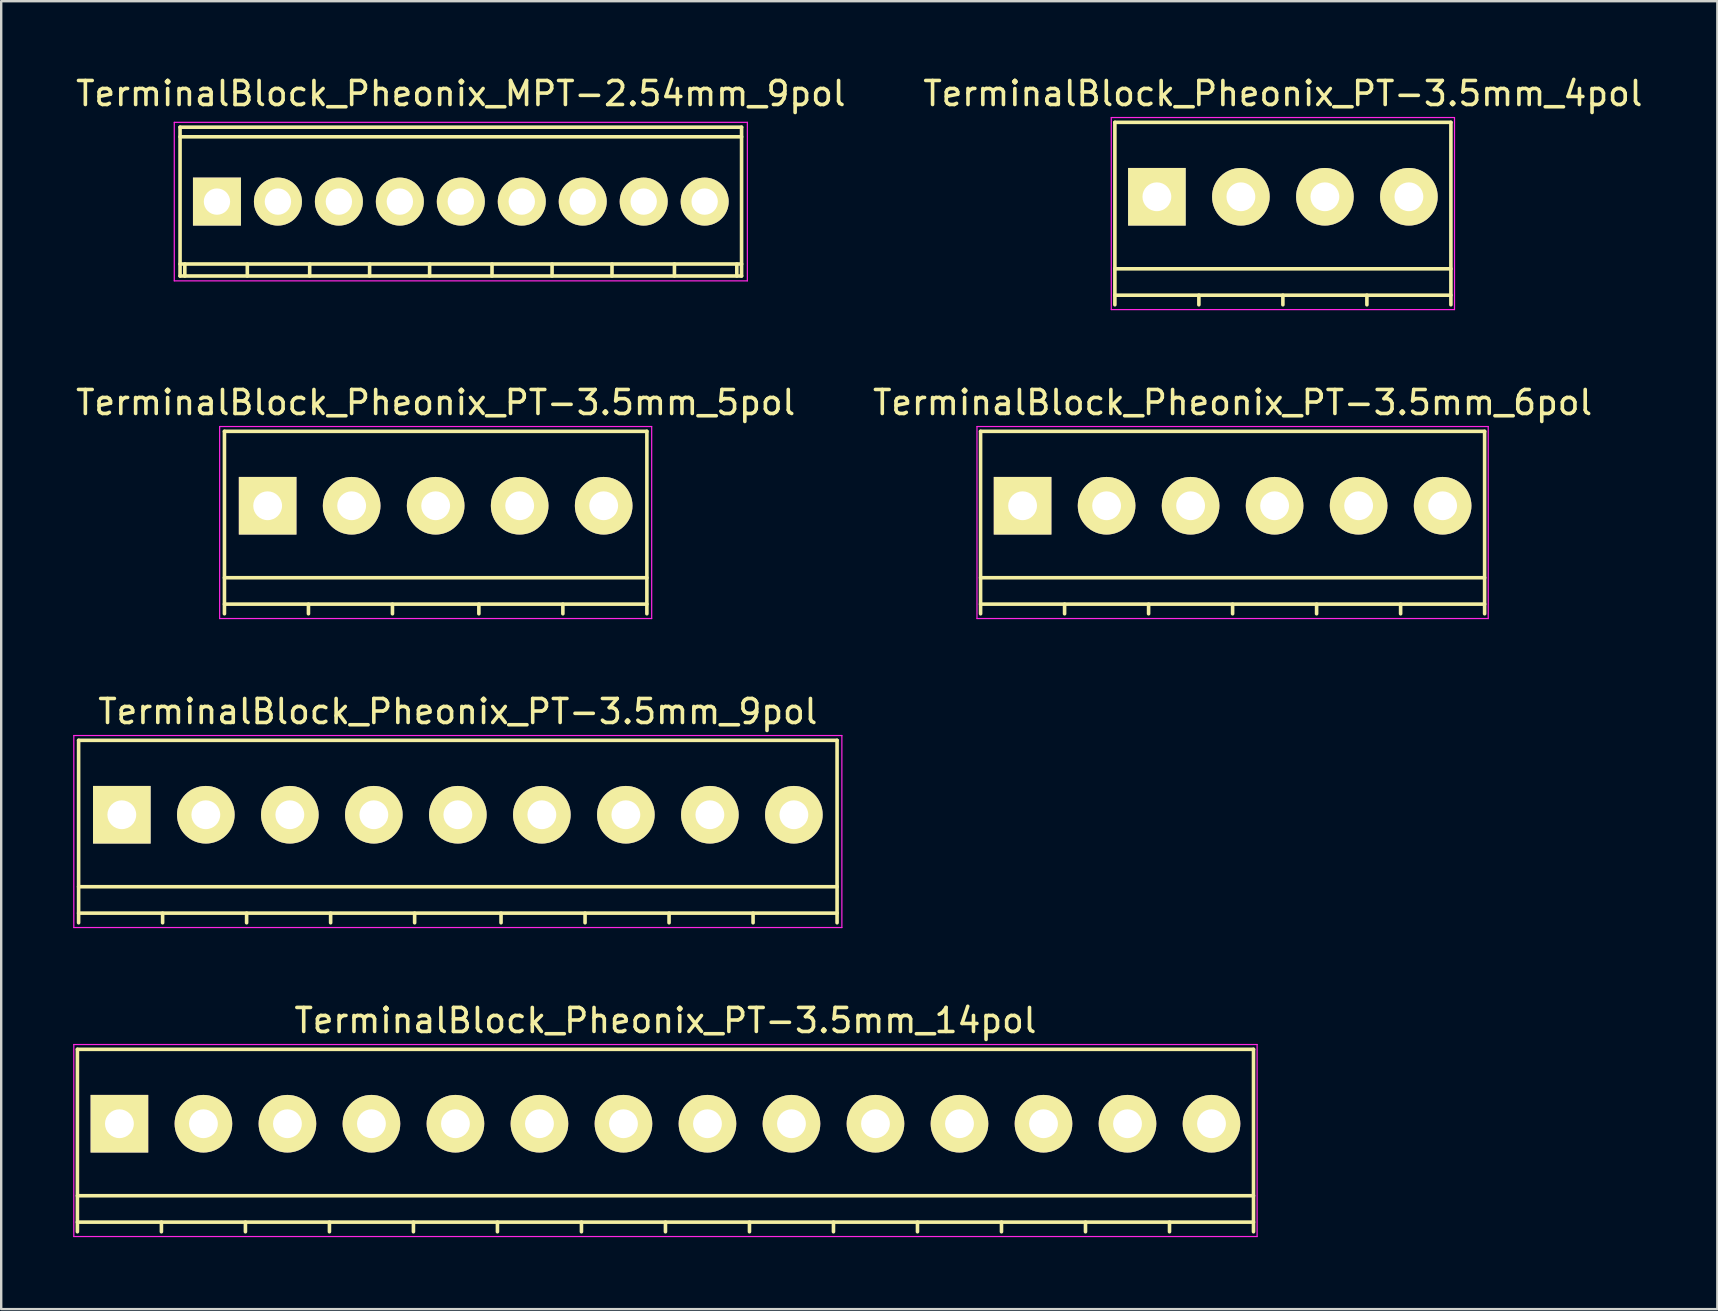
<source format=kicad_pcb>
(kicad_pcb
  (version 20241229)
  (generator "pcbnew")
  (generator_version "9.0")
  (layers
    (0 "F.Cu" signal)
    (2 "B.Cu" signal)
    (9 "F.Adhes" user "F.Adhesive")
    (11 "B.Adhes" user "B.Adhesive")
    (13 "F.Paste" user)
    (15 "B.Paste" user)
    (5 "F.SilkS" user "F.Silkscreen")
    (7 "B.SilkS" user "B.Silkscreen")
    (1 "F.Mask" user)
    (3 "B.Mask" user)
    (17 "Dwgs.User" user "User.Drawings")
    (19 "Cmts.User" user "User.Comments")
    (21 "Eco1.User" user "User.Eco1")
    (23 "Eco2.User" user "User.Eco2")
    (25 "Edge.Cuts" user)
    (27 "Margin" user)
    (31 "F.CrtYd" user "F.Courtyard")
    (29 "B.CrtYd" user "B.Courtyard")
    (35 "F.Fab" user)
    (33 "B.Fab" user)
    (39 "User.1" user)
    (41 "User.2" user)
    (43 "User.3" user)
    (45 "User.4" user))
  (footprint "TerminalBlock_Pheonix_MPT-2.54mm_9pol"
    (layer "F.Cu")
    (at 5.989 5.349)
    (property "Reference" "TerminalBlock_Pheonix_MPT-2.54mm_9pol" (at 10.16 -4.501 0) (layer "F.SilkS") (effects (font (size 1 1) (thickness 0.15))))
    (attr through_hole)
    (fp_line (start -1.539 -2.7) (end 21.859 -2.7) (stroke (width 0.15) (type solid)) (layer "F.SilkS"))
    (fp_line (start -1.539 3.099) (end 21.859 3.099) (stroke (width 0.15) (type solid)) (layer "F.SilkS"))
    (fp_line (start -1.537 -3.099) (end -1.537 3.099) (stroke (width 0.15) (type solid)) (layer "F.SilkS"))
    (fp_line (start -1.339 3.099) (end -1.339 2.601) (stroke (width 0.15) (type solid)) (layer "F.SilkS"))
    (fp_line (start 1.265 3.099) (end 1.265 2.601) (stroke (width 0.15) (type solid)) (layer "F.SilkS"))
    (fp_line (start 3.863 2.601) (end 3.863 3.099) (stroke (width 0.15) (type solid)) (layer "F.SilkS"))
    (fp_line (start 6.36 2.601) (end 6.36 3.099) (stroke (width 0.15) (type solid)) (layer "F.SilkS"))
    (fp_line (start 8.86 2.601) (end 8.86 3.099) (stroke (width 0.15) (type solid)) (layer "F.SilkS"))
    (fp_line (start 11.46 2.601) (end 11.46 3.099) (stroke (width 0.15) (type solid)) (layer "F.SilkS"))
    (fp_line (start 13.962 2.601) (end 13.962 3.099) (stroke (width 0.15) (type solid)) (layer "F.SilkS"))
    (fp_line (start 16.459 2.601) (end 16.459 3.099) (stroke (width 0.15) (type solid)) (layer "F.SilkS"))
    (fp_line (start 19.06 2.601) (end 19.06 3.099) (stroke (width 0.15) (type solid)) (layer "F.SilkS"))
    (fp_line (start 21.659 2.601) (end 21.659 3.099) (stroke (width 0.15) (type solid)) (layer "F.SilkS"))
    (fp_line (start 21.857 3.099) (end 21.857 -3.099) (stroke (width 0.15) (type solid)) (layer "F.SilkS"))
    (fp_line (start 21.859 -3.099) (end -1.539 -3.099) (stroke (width 0.15) (type solid)) (layer "F.SilkS"))
    (fp_line (start 21.859 2.601) (end -1.539 2.601) (stroke (width 0.15) (type solid)) (layer "F.SilkS"))
    (fp_line (start -1.778 -3.302) (end 22.098 -3.302) (stroke (width 0.05) (type solid)) (layer "F.CrtYd"))
    (fp_line (start -1.778 3.302) (end -1.778 -3.302) (stroke (width 0.05) (type solid)) (layer "F.CrtYd"))
    (fp_line (start 22.098 -3.302) (end 22.098 3.302) (stroke (width 0.05) (type solid)) (layer "F.CrtYd"))
    (fp_line (start 22.098 3.302) (end -1.778 3.302) (stroke (width 0.05) (type solid)) (layer "F.CrtYd"))
    (pad "1" thru_hole rect (at 0 0 180) (size 1.999 1.999) (drill 1.097) (layers "*.Cu" "*.Mask" "F.SilkS"))
    (pad "2" thru_hole oval (at 2.54 0 180) (size 1.999 1.999) (drill 1.097) (layers "*.Cu" "*.Mask" "F.SilkS"))
    (pad "3" thru_hole oval (at 5.08 0 180) (size 1.999 1.999) (drill 1.097) (layers "*.Cu" "*.Mask" "F.SilkS"))
    (pad "4" thru_hole oval (at 7.62 0 180) (size 1.999 1.999) (drill 1.097) (layers "*.Cu" "*.Mask" "F.SilkS"))
    (pad "5" thru_hole oval (at 10.16 0 180) (size 1.999 1.999) (drill 1.097) (layers "*.Cu" "*.Mask" "F.SilkS"))
    (pad "6" thru_hole oval (at 12.7 0 180) (size 1.999 1.999) (drill 1.097) (layers "*.Cu" "*.Mask" "F.SilkS"))
    (pad "7" thru_hole oval (at 15.24 0 180) (size 1.999 1.999) (drill 1.097) (layers "*.Cu" "*.Mask" "F.SilkS"))
    (pad "8" thru_hole oval (at 17.78 0 180) (size 1.999 1.999) (drill 1.097) (layers "*.Cu" "*.Mask" "F.SilkS"))
    (pad "9" thru_hole oval (at 20.32 0 180) (size 1.999 1.999) (drill 1.097) (layers "*.Cu" "*.Mask" "F.SilkS")))
  (footprint "TerminalBlock_Pheonix_PT-3.5mm_5pol"
    (layer "F.Cu")
    (at 8.101 18.021)
    (property "Reference" "TerminalBlock_Pheonix_PT-3.5mm_5pol" (at 7 -4.3 0) (layer "F.SilkS") (effects (font (size 1 1) (thickness 0.15))))
    (attr through_hole)
    (fp_line (start -1.8 -3.1) (end -1.8 4.5) (stroke (width 0.15) (type solid)) (layer "F.SilkS"))
    (fp_line (start -1.8 3) (end 15.8 3) (stroke (width 0.15) (type solid)) (layer "F.SilkS"))
    (fp_line (start -1.8 4.1) (end 15.8 4.1) (stroke (width 0.15) (type solid)) (layer "F.SilkS"))
    (fp_line (start 1.7 4.1) (end 1.7 4.5) (stroke (width 0.15) (type solid)) (layer "F.SilkS"))
    (fp_line (start 5.2 4.1) (end 5.2 4.5) (stroke (width 0.15) (type solid)) (layer "F.SilkS"))
    (fp_line (start 8.8 4.1) (end 8.8 4.5) (stroke (width 0.15) (type solid)) (layer "F.SilkS"))
    (fp_line (start 12.3 4.1) (end 12.3 4.5) (stroke (width 0.15) (type solid)) (layer "F.SilkS"))
    (fp_line (start 15.8 -3.1) (end -1.8 -3.1) (stroke (width 0.15) (type solid)) (layer "F.SilkS"))
    (fp_line (start 15.8 4.5) (end 15.8 -3.1) (stroke (width 0.15) (type solid)) (layer "F.SilkS"))
    (fp_line (start -2 -3.3) (end 16 -3.3) (stroke (width 0.05) (type solid)) (layer "F.CrtYd"))
    (fp_line (start -2 4.7) (end -2 -3.3) (stroke (width 0.05) (type solid)) (layer "F.CrtYd"))
    (fp_line (start 16 -3.3) (end 16 4.7) (stroke (width 0.05) (type solid)) (layer "F.CrtYd"))
    (fp_line (start 16 4.7) (end -2 4.7) (stroke (width 0.05) (type solid)) (layer "F.CrtYd"))
    (pad "1" thru_hole rect (at 0 0) (size 2.4 2.4) (drill 1.2) (layers "*.Cu" "*.Mask" "F.SilkS"))
    (pad "2" thru_hole circle (at 3.5 0) (size 2.4 2.4) (drill 1.2) (layers "*.Cu" "*.Mask" "F.SilkS"))
    (pad "3" thru_hole circle (at 7 0) (size 2.4 2.4) (drill 1.2) (layers "*.Cu" "*.Mask" "F.SilkS"))
    (pad "4" thru_hole circle (at 10.5 0) (size 2.4 2.4) (drill 1.2) (layers "*.Cu" "*.Mask" "F.SilkS"))
    (pad "5" thru_hole circle (at 14 0) (size 2.4 2.4) (drill 1.2) (layers "*.Cu" "*.Mask" "F.SilkS")))
  (footprint "TerminalBlock_Pheonix_PT-3.5mm_6pol"
    (layer "F.Cu")
    (at 39.554 18.021)
    (property "Reference" "TerminalBlock_Pheonix_PT-3.5mm_6pol" (at 8.75 -4.3 0) (layer "F.SilkS") (effects (font (size 1 1) (thickness 0.15))))
    (attr through_hole)
    (fp_line (start -1.75 -3.1) (end -1.75 4.5) (stroke (width 0.15) (type solid)) (layer "F.SilkS"))
    (fp_line (start -1.75 3) (end 19.25 3) (stroke (width 0.15) (type solid)) (layer "F.SilkS"))
    (fp_line (start -1.75 4.1) (end 19.25 4.1) (stroke (width 0.15) (type solid)) (layer "F.SilkS"))
    (fp_line (start 1.75 4.1) (end 1.75 4.5) (stroke (width 0.15) (type solid)) (layer "F.SilkS"))
    (fp_line (start 5.25 4.1) (end 5.25 4.5) (stroke (width 0.15) (type solid)) (layer "F.SilkS"))
    (fp_line (start 8.75 4.1) (end 8.75 4.5) (stroke (width 0.15) (type solid)) (layer "F.SilkS"))
    (fp_line (start 12.25 4.1) (end 12.25 4.5) (stroke (width 0.15) (type solid)) (layer "F.SilkS"))
    (fp_line (start 15.75 4.1) (end 15.75 4.5) (stroke (width 0.15) (type solid)) (layer "F.SilkS"))
    (fp_line (start 19.25 -3.1) (end -1.75 -3.1) (stroke (width 0.15) (type solid)) (layer "F.SilkS"))
    (fp_line (start 19.25 4.5) (end 19.25 -3.1) (stroke (width 0.15) (type solid)) (layer "F.SilkS"))
    (fp_line (start -1.9 -3.3) (end 19.4 -3.3) (stroke (width 0.05) (type solid)) (layer "F.CrtYd"))
    (fp_line (start -1.9 4.7) (end -1.9 -3.3) (stroke (width 0.05) (type solid)) (layer "F.CrtYd"))
    (fp_line (start 19.4 -3.3) (end 19.4 4.7) (stroke (width 0.05) (type solid)) (layer "F.CrtYd"))
    (fp_line (start 19.4 4.7) (end -1.9 4.7) (stroke (width 0.05) (type solid)) (layer "F.CrtYd"))
    (pad "1" thru_hole rect (at 0 0) (size 2.4 2.4) (drill 1.2) (layers "*.Cu" "*.Mask" "F.SilkS"))
    (pad "2" thru_hole circle (at 3.5 0) (size 2.4 2.4) (drill 1.2) (layers "*.Cu" "*.Mask" "F.SilkS"))
    (pad "3" thru_hole circle (at 7 0) (size 2.4 2.4) (drill 1.2) (layers "*.Cu" "*.Mask" "F.SilkS"))
    (pad "4" thru_hole circle (at 10.5 0) (size 2.4 2.4) (drill 1.2) (layers "*.Cu" "*.Mask" "F.SilkS"))
    (pad "5" thru_hole circle (at 14 0) (size 2.4 2.4) (drill 1.2) (layers "*.Cu" "*.Mask" "F.SilkS"))
    (pad "6" thru_hole circle (at 17.5 0) (size 2.4 2.4) (drill 1.2) (layers "*.Cu" "*.Mask" "F.SilkS")))
  (footprint "TerminalBlock_Pheonix_PT-3.5mm_14pol"
    (layer "F.Cu")
    (at 1.925 43.768)
    (property "Reference" "TerminalBlock_Pheonix_PT-3.5mm_14pol" (at 22.75 -4.3 0) (layer "F.SilkS") (effects (font (size 1 1) (thickness 0.15))))
    (attr through_hole)
    (fp_line (start -1.75 -3.1) (end -1.75 4.5) (stroke (width 0.15) (type solid)) (layer "F.SilkS"))
    (fp_line (start -1.75 3) (end 47.25 3) (stroke (width 0.15) (type solid)) (layer "F.SilkS"))
    (fp_line (start -1.75 4.1) (end 47.25 4.1) (stroke (width 0.15) (type solid)) (layer "F.SilkS"))
    (fp_line (start 1.75 4.1) (end 1.75 4.5) (stroke (width 0.15) (type solid)) (layer "F.SilkS"))
    (fp_line (start 5.25 4.1) (end 5.25 4.5) (stroke (width 0.15) (type solid)) (layer "F.SilkS"))
    (fp_line (start 8.75 4.1) (end 8.75 4.5) (stroke (width 0.15) (type solid)) (layer "F.SilkS"))
    (fp_line (start 12.25 4.1) (end 12.25 4.5) (stroke (width 0.15) (type solid)) (layer "F.SilkS"))
    (fp_line (start 15.75 4.1) (end 15.75 4.5) (stroke (width 0.15) (type solid)) (layer "F.SilkS"))
    (fp_line (start 19.25 4.1) (end 19.25 4.5) (stroke (width 0.15) (type solid)) (layer "F.SilkS"))
    (fp_line (start 22.75 4.1) (end 22.75 4.5) (stroke (width 0.15) (type solid)) (layer "F.SilkS"))
    (fp_line (start 26.25 4.1) (end 26.25 4.5) (stroke (width 0.15) (type solid)) (layer "F.SilkS"))
    (fp_line (start 29.75 4.1) (end 29.75 4.5) (stroke (width 0.15) (type solid)) (layer "F.SilkS"))
    (fp_line (start 33.25 4.1) (end 33.25 4.5) (stroke (width 0.15) (type solid)) (layer "F.SilkS"))
    (fp_line (start 36.75 4.1) (end 36.75 4.5) (stroke (width 0.15) (type solid)) (layer "F.SilkS"))
    (fp_line (start 40.25 4.1) (end 40.25 4.5) (stroke (width 0.15) (type solid)) (layer "F.SilkS"))
    (fp_line (start 43.75 4.1) (end 43.75 4.5) (stroke (width 0.15) (type solid)) (layer "F.SilkS"))
    (fp_line (start 47.25 -3.1) (end -1.75 -3.1) (stroke (width 0.15) (type solid)) (layer "F.SilkS"))
    (fp_line (start 47.25 4.5) (end 47.25 -3.1) (stroke (width 0.15) (type solid)) (layer "F.SilkS"))
    (fp_line (start -1.9 -3.3) (end 47.4 -3.3) (stroke (width 0.05) (type solid)) (layer "F.CrtYd"))
    (fp_line (start -1.9 4.7) (end -1.9 -3.3) (stroke (width 0.05) (type solid)) (layer "F.CrtYd"))
    (fp_line (start 47.4 -3.3) (end 47.4 4.7) (stroke (width 0.05) (type solid)) (layer "F.CrtYd"))
    (fp_line (start 47.4 4.7) (end -1.9 4.7) (stroke (width 0.05) (type solid)) (layer "F.CrtYd"))
    (pad "1" thru_hole rect (at 0 0 180) (size 2.4 2.4) (drill 1.2) (layers "*.Cu" "*.Mask" "F.SilkS"))
    (pad "2" thru_hole circle (at 3.5 0 180) (size 2.4 2.4) (drill 1.2) (layers "*.Cu" "*.Mask" "F.SilkS"))
    (pad "3" thru_hole circle (at 7 0 180) (size 2.4 2.4) (drill 1.2) (layers "*.Cu" "*.Mask" "F.SilkS"))
    (pad "4" thru_hole circle (at 10.5 0 180) (size 2.4 2.4) (drill 1.2) (layers "*.Cu" "*.Mask" "F.SilkS"))
    (pad "5" thru_hole circle (at 14 0 180) (size 2.4 2.4) (drill 1.2) (layers "*.Cu" "*.Mask" "F.SilkS"))
    (pad "6" thru_hole circle (at 17.5 0 180) (size 2.4 2.4) (drill 1.2) (layers "*.Cu" "*.Mask" "F.SilkS"))
    (pad "7" thru_hole circle (at 21 0 180) (size 2.4 2.4) (drill 1.2) (layers "*.Cu" "*.Mask" "F.SilkS"))
    (pad "8" thru_hole circle (at 24.5 0 180) (size 2.4 2.4) (drill 1.2) (layers "*.Cu" "*.Mask" "F.SilkS"))
    (pad "9" thru_hole circle (at 28 0 180) (size 2.4 2.4) (drill 1.2) (layers "*.Cu" "*.Mask" "F.SilkS"))
    (pad "10" thru_hole circle (at 31.5 0 180) (size 2.4 2.4) (drill 1.2) (layers "*.Cu" "*.Mask" "F.SilkS"))
    (pad "11" thru_hole circle (at 35 0 180) (size 2.4 2.4) (drill 1.2) (layers "*.Cu" "*.Mask" "F.SilkS"))
    (pad "12" thru_hole circle (at 38.5 0 180) (size 2.4 2.4) (drill 1.2) (layers "*.Cu" "*.Mask" "F.SilkS"))
    (pad "13" thru_hole circle (at 42 0 180) (size 2.4 2.4) (drill 1.2) (layers "*.Cu" "*.Mask" "F.SilkS"))
    (pad "14" thru_hole circle (at 45.5 0 180) (size 2.4 2.4) (drill 1.2) (layers "*.Cu" "*.Mask" "F.SilkS")))
  (footprint "TerminalBlock_Pheonix_PT-3.5mm_9pol"
    (layer "F.Cu")
    (at 2.025 30.895)
    (property "Reference" "TerminalBlock_Pheonix_PT-3.5mm_9pol" (at 14 -4.3 0) (layer "F.SilkS") (effects (font (size 1 1) (thickness 0.15))))
    (attr through_hole)
    (fp_line (start -1.8 -3.1) (end -1.8 4.5) (stroke (width 0.15) (type solid)) (layer "F.SilkS"))
    (fp_line (start -1.8 3) (end 29.8 3) (stroke (width 0.15) (type solid)) (layer "F.SilkS"))
    (fp_line (start -1.8 4.1) (end 29.8 4.1) (stroke (width 0.15) (type solid)) (layer "F.SilkS"))
    (fp_line (start 1.7 4.1) (end 1.7 4.5) (stroke (width 0.15) (type solid)) (layer "F.SilkS"))
    (fp_line (start 5.2 4.1) (end 5.2 4.5) (stroke (width 0.15) (type solid)) (layer "F.SilkS"))
    (fp_line (start 8.7 4.1) (end 8.7 4.5) (stroke (width 0.15) (type solid)) (layer "F.SilkS"))
    (fp_line (start 12.2 4.1) (end 12.2 4.5) (stroke (width 0.15) (type solid)) (layer "F.SilkS"))
    (fp_line (start 15.8 4.1) (end 15.8 4.5) (stroke (width 0.15) (type solid)) (layer "F.SilkS"))
    (fp_line (start 19.3 4.1) (end 19.3 4.5) (stroke (width 0.15) (type solid)) (layer "F.SilkS"))
    (fp_line (start 22.8 4.1) (end 22.8 4.5) (stroke (width 0.15) (type solid)) (layer "F.SilkS"))
    (fp_line (start 26.3 4.1) (end 26.3 4.5) (stroke (width 0.15) (type solid)) (layer "F.SilkS"))
    (fp_line (start 29.8 -3.1) (end -1.8 -3.1) (stroke (width 0.15) (type solid)) (layer "F.SilkS"))
    (fp_line (start 29.8 4.5) (end 29.8 -3.1) (stroke (width 0.15) (type solid)) (layer "F.SilkS"))
    (fp_line (start -2 -3.3) (end 30 -3.3) (stroke (width 0.05) (type solid)) (layer "F.CrtYd"))
    (fp_line (start -2 4.7) (end -2 -3.3) (stroke (width 0.05) (type solid)) (layer "F.CrtYd"))
    (fp_line (start 30 -3.3) (end 30 4.7) (stroke (width 0.05) (type solid)) (layer "F.CrtYd"))
    (fp_line (start 30 4.7) (end -2 4.7) (stroke (width 0.05) (type solid)) (layer "F.CrtYd"))
    (pad "1" thru_hole rect (at 0 0) (size 2.4 2.4) (drill 1.2) (layers "*.Cu" "*.Mask" "F.SilkS"))
    (pad "2" thru_hole circle (at 3.5 0) (size 2.4 2.4) (drill 1.2) (layers "*.Cu" "*.Mask" "F.SilkS"))
    (pad "3" thru_hole circle (at 7 0) (size 2.4 2.4) (drill 1.2) (layers "*.Cu" "*.Mask" "F.SilkS"))
    (pad "4" thru_hole circle (at 10.5 0) (size 2.4 2.4) (drill 1.2) (layers "*.Cu" "*.Mask" "F.SilkS"))
    (pad "5" thru_hole circle (at 14 0) (size 2.4 2.4) (drill 1.2) (layers "*.Cu" "*.Mask" "F.SilkS"))
    (pad "6" thru_hole circle (at 17.5 0) (size 2.4 2.4) (drill 1.2) (layers "*.Cu" "*.Mask" "F.SilkS"))
    (pad "7" thru_hole circle (at 21 0) (size 2.4 2.4) (drill 1.2) (layers "*.Cu" "*.Mask" "F.SilkS"))
    (pad "8" thru_hole circle (at 24.5 0) (size 2.4 2.4) (drill 1.2) (layers "*.Cu" "*.Mask" "F.SilkS"))
    (pad "9" thru_hole circle (at 28 0) (size 2.4 2.4) (drill 1.2) (layers "*.Cu" "*.Mask" "F.SilkS")))
  (footprint "TerminalBlock_Pheonix_PT-3.5mm_4pol"
    (layer "F.Cu")
    (at 45.149 5.148)
    (property "Reference" "TerminalBlock_Pheonix_PT-3.5mm_4pol" (at 5.25 -4.3 0) (layer "F.SilkS") (effects (font (size 1 1) (thickness 0.15))))
    (attr through_hole)
    (fp_line (start -1.75 -3.1) (end -1.75 4.5) (stroke (width 0.15) (type solid)) (layer "F.SilkS"))
    (fp_line (start -1.75 3) (end 12.25 3) (stroke (width 0.15) (type solid)) (layer "F.SilkS"))
    (fp_line (start -1.75 4.1) (end 12.25 4.1) (stroke (width 0.15) (type solid)) (layer "F.SilkS"))
    (fp_line (start 1.75 4.1) (end 1.75 4.5) (stroke (width 0.15) (type solid)) (layer "F.SilkS"))
    (fp_line (start 5.25 4.1) (end 5.25 4.5) (stroke (width 0.15) (type solid)) (layer "F.SilkS"))
    (fp_line (start 8.75 4.1) (end 8.75 4.5) (stroke (width 0.15) (type solid)) (layer "F.SilkS"))
    (fp_line (start 12.25 -3.1) (end -1.75 -3.1) (stroke (width 0.15) (type solid)) (layer "F.SilkS"))
    (fp_line (start 12.25 4.5) (end 12.25 -3.1) (stroke (width 0.15) (type solid)) (layer "F.SilkS"))
    (fp_line (start -1.9 -3.3) (end 12.4 -3.3) (stroke (width 0.05) (type solid)) (layer "F.CrtYd"))
    (fp_line (start -1.9 4.7) (end -1.9 -3.3) (stroke (width 0.05) (type solid)) (layer "F.CrtYd"))
    (fp_line (start 12.4 -3.3) (end 12.4 4.7) (stroke (width 0.05) (type solid)) (layer "F.CrtYd"))
    (fp_line (start 12.4 4.7) (end -1.9 4.7) (stroke (width 0.05) (type solid)) (layer "F.CrtYd"))
    (pad "1" thru_hole rect (at 0 0) (size 2.4 2.4) (drill 1.2) (layers "*.Cu" "*.Mask" "F.SilkS"))
    (pad "2" thru_hole circle (at 3.5 0) (size 2.4 2.4) (drill 1.2) (layers "*.Cu" "*.Mask" "F.SilkS"))
    (pad "3" thru_hole circle (at 7 0) (size 2.4 2.4) (drill 1.2) (layers "*.Cu" "*.Mask" "F.SilkS"))
    (pad "4" thru_hole circle (at 10.5 0) (size 2.4 2.4) (drill 1.2) (layers "*.Cu" "*.Mask" "F.SilkS")))
  (gr_rect
    (start -3 -3)
    (end 68.5 51.493)
    (stroke (width 0.1) (type default))
    (fill no)
    (layer "Edge.Cuts")))
</source>
